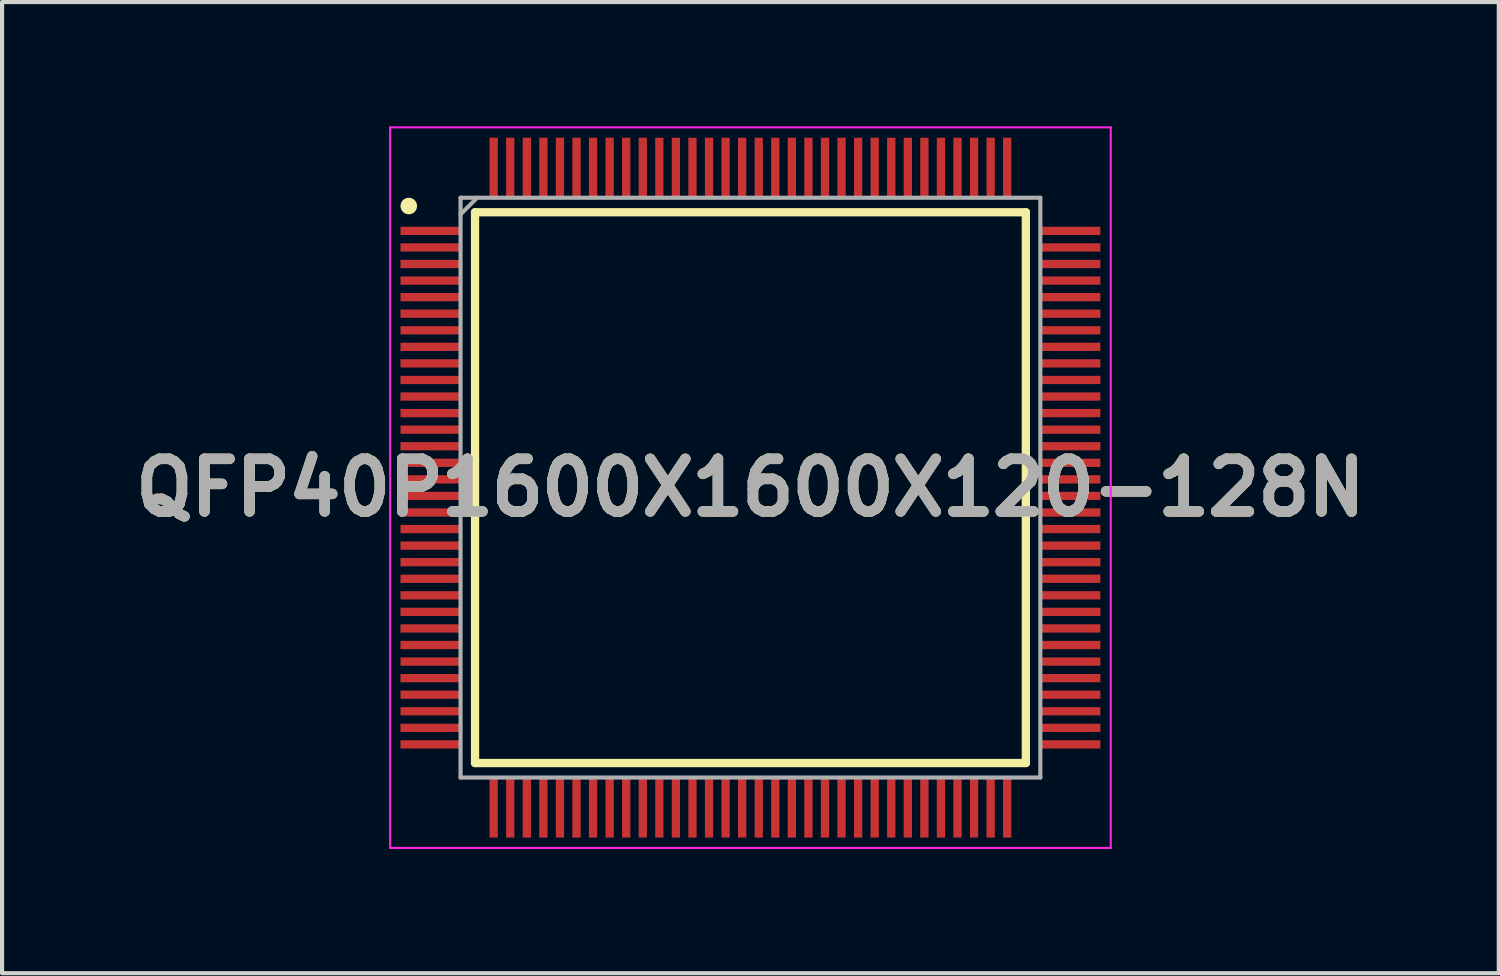
<source format=kicad_pcb>
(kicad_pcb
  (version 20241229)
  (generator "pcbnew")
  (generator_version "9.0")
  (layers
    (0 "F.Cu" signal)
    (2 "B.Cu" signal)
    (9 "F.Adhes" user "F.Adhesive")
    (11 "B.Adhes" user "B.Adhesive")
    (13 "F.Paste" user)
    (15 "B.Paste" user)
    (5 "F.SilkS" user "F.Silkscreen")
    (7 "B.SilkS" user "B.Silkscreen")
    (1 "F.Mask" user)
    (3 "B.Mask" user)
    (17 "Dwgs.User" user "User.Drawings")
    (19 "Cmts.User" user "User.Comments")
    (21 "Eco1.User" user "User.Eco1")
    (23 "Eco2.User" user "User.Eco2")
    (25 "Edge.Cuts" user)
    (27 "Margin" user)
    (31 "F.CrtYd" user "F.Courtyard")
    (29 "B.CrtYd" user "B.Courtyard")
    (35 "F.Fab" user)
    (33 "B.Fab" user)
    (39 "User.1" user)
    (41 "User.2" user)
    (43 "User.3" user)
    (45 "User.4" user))
  (footprint "QFP40P1600X1600X120-128N"
    (layer "F.Cu")
    (at 15.071 8.725)
    (property "Reference" "QFP40P1600X1600X120-128N" (at 0 0 0) (layer "F.SilkS") (effects (font (size 1.27 1.27) (thickness 0.254))))
    (attr smd)
    (fp_line (start -6.65 -6.65) (end 6.65 -6.65) (stroke (width 0.2) (type solid)) (layer "F.SilkS"))
    (fp_line (start -6.65 6.65) (end -6.65 -6.65) (stroke (width 0.2) (type solid)) (layer "F.SilkS"))
    (fp_line (start 6.65 -6.65) (end 6.65 6.65) (stroke (width 0.2) (type solid)) (layer "F.SilkS"))
    (fp_line (start 6.65 6.65) (end -6.65 6.65) (stroke (width 0.2) (type solid)) (layer "F.SilkS"))
    (fp_circle (center -8.25 -6.8) (end -8.25 -6.7) (stroke (width 0.2) (type solid)) (fill no) (layer "F.SilkS"))
    (fp_line (start -8.7 -8.7) (end 8.7 -8.7) (stroke (width 0.05) (type solid)) (layer "F.CrtYd"))
    (fp_line (start -8.7 8.7) (end -8.7 -8.7) (stroke (width 0.05) (type solid)) (layer "F.CrtYd"))
    (fp_line (start 8.7 -8.7) (end 8.7 8.7) (stroke (width 0.05) (type solid)) (layer "F.CrtYd"))
    (fp_line (start 8.7 8.7) (end -8.7 8.7) (stroke (width 0.05) (type solid)) (layer "F.CrtYd"))
    (fp_line (start -7 -7) (end 7 -7) (stroke (width 0.1) (type solid)) (layer "F.Fab"))
    (fp_line (start -7 -6.6) (end -6.6 -7) (stroke (width 0.1) (type solid)) (layer "F.Fab"))
    (fp_line (start -7 7) (end -7 -7) (stroke (width 0.1) (type solid)) (layer "F.Fab"))
    (fp_line (start 7 -7) (end 7 7) (stroke (width 0.1) (type solid)) (layer "F.Fab"))
    (fp_line (start 7 7) (end -7 7) (stroke (width 0.1) (type solid)) (layer "F.Fab"))
    (fp_text user "${REFERENCE}" (at 0 0 0) (layer "F.Fab") (effects (font (size 1.27 1.27) (thickness 0.254))))
    (pad "1" smd rect (at -7.725 -6.2 90) (size 0.2 1.45) (layers "F.Cu" "F.Mask" "F.Paste"))
    (pad "2" smd rect (at -7.725 -5.8 90) (size 0.2 1.45) (layers "F.Cu" "F.Mask" "F.Paste"))
    (pad "3" smd rect (at -7.725 -5.4 90) (size 0.2 1.45) (layers "F.Cu" "F.Mask" "F.Paste"))
    (pad "4" smd rect (at -7.725 -5 90) (size 0.2 1.45) (layers "F.Cu" "F.Mask" "F.Paste"))
    (pad "5" smd rect (at -7.725 -4.6 90) (size 0.2 1.45) (layers "F.Cu" "F.Mask" "F.Paste"))
    (pad "6" smd rect (at -7.725 -4.2 90) (size 0.2 1.45) (layers "F.Cu" "F.Mask" "F.Paste"))
    (pad "7" smd rect (at -7.725 -3.8 90) (size 0.2 1.45) (layers "F.Cu" "F.Mask" "F.Paste"))
    (pad "8" smd rect (at -7.725 -3.4 90) (size 0.2 1.45) (layers "F.Cu" "F.Mask" "F.Paste"))
    (pad "9" smd rect (at -7.725 -3 90) (size 0.2 1.45) (layers "F.Cu" "F.Mask" "F.Paste"))
    (pad "10" smd rect (at -7.725 -2.6 90) (size 0.2 1.45) (layers "F.Cu" "F.Mask" "F.Paste"))
    (pad "11" smd rect (at -7.725 -2.2 90) (size 0.2 1.45) (layers "F.Cu" "F.Mask" "F.Paste"))
    (pad "12" smd rect (at -7.725 -1.8 90) (size 0.2 1.45) (layers "F.Cu" "F.Mask" "F.Paste"))
    (pad "13" smd rect (at -7.725 -1.4 90) (size 0.2 1.45) (layers "F.Cu" "F.Mask" "F.Paste"))
    (pad "14" smd rect (at -7.725 -1 90) (size 0.2 1.45) (layers "F.Cu" "F.Mask" "F.Paste"))
    (pad "15" smd rect (at -7.725 -0.6 90) (size 0.2 1.45) (layers "F.Cu" "F.Mask" "F.Paste"))
    (pad "16" smd rect (at -7.725 -0.2 90) (size 0.2 1.45) (layers "F.Cu" "F.Mask" "F.Paste"))
    (pad "17" smd rect (at -7.725 0.2 90) (size 0.2 1.45) (layers "F.Cu" "F.Mask" "F.Paste"))
    (pad "18" smd rect (at -7.725 0.6 90) (size 0.2 1.45) (layers "F.Cu" "F.Mask" "F.Paste"))
    (pad "19" smd rect (at -7.725 1 90) (size 0.2 1.45) (layers "F.Cu" "F.Mask" "F.Paste"))
    (pad "20" smd rect (at -7.725 1.4 90) (size 0.2 1.45) (layers "F.Cu" "F.Mask" "F.Paste"))
    (pad "21" smd rect (at -7.725 1.8 90) (size 0.2 1.45) (layers "F.Cu" "F.Mask" "F.Paste"))
    (pad "22" smd rect (at -7.725 2.2 90) (size 0.2 1.45) (layers "F.Cu" "F.Mask" "F.Paste"))
    (pad "23" smd rect (at -7.725 2.6 90) (size 0.2 1.45) (layers "F.Cu" "F.Mask" "F.Paste"))
    (pad "24" smd rect (at -7.725 3 90) (size 0.2 1.45) (layers "F.Cu" "F.Mask" "F.Paste"))
    (pad "25" smd rect (at -7.725 3.4 90) (size 0.2 1.45) (layers "F.Cu" "F.Mask" "F.Paste"))
    (pad "26" smd rect (at -7.725 3.8 90) (size 0.2 1.45) (layers "F.Cu" "F.Mask" "F.Paste"))
    (pad "27" smd rect (at -7.725 4.2 90) (size 0.2 1.45) (layers "F.Cu" "F.Mask" "F.Paste"))
    (pad "28" smd rect (at -7.725 4.6 90) (size 0.2 1.45) (layers "F.Cu" "F.Mask" "F.Paste"))
    (pad "29" smd rect (at -7.725 5 90) (size 0.2 1.45) (layers "F.Cu" "F.Mask" "F.Paste"))
    (pad "30" smd rect (at -7.725 5.4 90) (size 0.2 1.45) (layers "F.Cu" "F.Mask" "F.Paste"))
    (pad "31" smd rect (at -7.725 5.8 90) (size 0.2 1.45) (layers "F.Cu" "F.Mask" "F.Paste"))
    (pad "32" smd rect (at -7.725 6.2 90) (size 0.2 1.45) (layers "F.Cu" "F.Mask" "F.Paste"))
    (pad "33" smd rect (at -6.2 7.725) (size 0.2 1.45) (layers "F.Cu" "F.Mask" "F.Paste"))
    (pad "34" smd rect (at -5.8 7.725) (size 0.2 1.45) (layers "F.Cu" "F.Mask" "F.Paste"))
    (pad "35" smd rect (at -5.4 7.725) (size 0.2 1.45) (layers "F.Cu" "F.Mask" "F.Paste"))
    (pad "36" smd rect (at -5 7.725) (size 0.2 1.45) (layers "F.Cu" "F.Mask" "F.Paste"))
    (pad "37" smd rect (at -4.6 7.725) (size 0.2 1.45) (layers "F.Cu" "F.Mask" "F.Paste"))
    (pad "38" smd rect (at -4.2 7.725) (size 0.2 1.45) (layers "F.Cu" "F.Mask" "F.Paste"))
    (pad "39" smd rect (at -3.8 7.725) (size 0.2 1.45) (layers "F.Cu" "F.Mask" "F.Paste"))
    (pad "40" smd rect (at -3.4 7.725) (size 0.2 1.45) (layers "F.Cu" "F.Mask" "F.Paste"))
    (pad "41" smd rect (at -3 7.725) (size 0.2 1.45) (layers "F.Cu" "F.Mask" "F.Paste"))
    (pad "42" smd rect (at -2.6 7.725) (size 0.2 1.45) (layers "F.Cu" "F.Mask" "F.Paste"))
    (pad "43" smd rect (at -2.2 7.725) (size 0.2 1.45) (layers "F.Cu" "F.Mask" "F.Paste"))
    (pad "44" smd rect (at -1.8 7.725) (size 0.2 1.45) (layers "F.Cu" "F.Mask" "F.Paste"))
    (pad "45" smd rect (at -1.4 7.725) (size 0.2 1.45) (layers "F.Cu" "F.Mask" "F.Paste"))
    (pad "46" smd rect (at -1 7.725) (size 0.2 1.45) (layers "F.Cu" "F.Mask" "F.Paste"))
    (pad "47" smd rect (at -0.6 7.725) (size 0.2 1.45) (layers "F.Cu" "F.Mask" "F.Paste"))
    (pad "48" smd rect (at -0.2 7.725) (size 0.2 1.45) (layers "F.Cu" "F.Mask" "F.Paste"))
    (pad "49" smd rect (at 0.2 7.725) (size 0.2 1.45) (layers "F.Cu" "F.Mask" "F.Paste"))
    (pad "50" smd rect (at 0.6 7.725) (size 0.2 1.45) (layers "F.Cu" "F.Mask" "F.Paste"))
    (pad "51" smd rect (at 1 7.725) (size 0.2 1.45) (layers "F.Cu" "F.Mask" "F.Paste"))
    (pad "52" smd rect (at 1.4 7.725) (size 0.2 1.45) (layers "F.Cu" "F.Mask" "F.Paste"))
    (pad "53" smd rect (at 1.8 7.725) (size 0.2 1.45) (layers "F.Cu" "F.Mask" "F.Paste"))
    (pad "54" smd rect (at 2.2 7.725) (size 0.2 1.45) (layers "F.Cu" "F.Mask" "F.Paste"))
    (pad "55" smd rect (at 2.6 7.725) (size 0.2 1.45) (layers "F.Cu" "F.Mask" "F.Paste"))
    (pad "56" smd rect (at 3 7.725) (size 0.2 1.45) (layers "F.Cu" "F.Mask" "F.Paste"))
    (pad "57" smd rect (at 3.4 7.725) (size 0.2 1.45) (layers "F.Cu" "F.Mask" "F.Paste"))
    (pad "58" smd rect (at 3.8 7.725) (size 0.2 1.45) (layers "F.Cu" "F.Mask" "F.Paste"))
    (pad "59" smd rect (at 4.2 7.725) (size 0.2 1.45) (layers "F.Cu" "F.Mask" "F.Paste"))
    (pad "60" smd rect (at 4.6 7.725) (size 0.2 1.45) (layers "F.Cu" "F.Mask" "F.Paste"))
    (pad "61" smd rect (at 5 7.725) (size 0.2 1.45) (layers "F.Cu" "F.Mask" "F.Paste"))
    (pad "62" smd rect (at 5.4 7.725) (size 0.2 1.45) (layers "F.Cu" "F.Mask" "F.Paste"))
    (pad "63" smd rect (at 5.8 7.725) (size 0.2 1.45) (layers "F.Cu" "F.Mask" "F.Paste"))
    (pad "64" smd rect (at 6.2 7.725) (size 0.2 1.45) (layers "F.Cu" "F.Mask" "F.Paste"))
    (pad "65" smd rect (at 7.725 6.2 90) (size 0.2 1.45) (layers "F.Cu" "F.Mask" "F.Paste"))
    (pad "66" smd rect (at 7.725 5.8 90) (size 0.2 1.45) (layers "F.Cu" "F.Mask" "F.Paste"))
    (pad "67" smd rect (at 7.725 5.4 90) (size 0.2 1.45) (layers "F.Cu" "F.Mask" "F.Paste"))
    (pad "68" smd rect (at 7.725 5 90) (size 0.2 1.45) (layers "F.Cu" "F.Mask" "F.Paste"))
    (pad "69" smd rect (at 7.725 4.6 90) (size 0.2 1.45) (layers "F.Cu" "F.Mask" "F.Paste"))
    (pad "70" smd rect (at 7.725 4.2 90) (size 0.2 1.45) (layers "F.Cu" "F.Mask" "F.Paste"))
    (pad "71" smd rect (at 7.725 3.8 90) (size 0.2 1.45) (layers "F.Cu" "F.Mask" "F.Paste"))
    (pad "72" smd rect (at 7.725 3.4 90) (size 0.2 1.45) (layers "F.Cu" "F.Mask" "F.Paste"))
    (pad "73" smd rect (at 7.725 3 90) (size 0.2 1.45) (layers "F.Cu" "F.Mask" "F.Paste"))
    (pad "74" smd rect (at 7.725 2.6 90) (size 0.2 1.45) (layers "F.Cu" "F.Mask" "F.Paste"))
    (pad "75" smd rect (at 7.725 2.2 90) (size 0.2 1.45) (layers "F.Cu" "F.Mask" "F.Paste"))
    (pad "76" smd rect (at 7.725 1.8 90) (size 0.2 1.45) (layers "F.Cu" "F.Mask" "F.Paste"))
    (pad "77" smd rect (at 7.725 1.4 90) (size 0.2 1.45) (layers "F.Cu" "F.Mask" "F.Paste"))
    (pad "78" smd rect (at 7.725 1 90) (size 0.2 1.45) (layers "F.Cu" "F.Mask" "F.Paste"))
    (pad "79" smd rect (at 7.725 0.6 90) (size 0.2 1.45) (layers "F.Cu" "F.Mask" "F.Paste"))
    (pad "80" smd rect (at 7.725 0.2 90) (size 0.2 1.45) (layers "F.Cu" "F.Mask" "F.Paste"))
    (pad "81" smd rect (at 7.725 -0.2 90) (size 0.2 1.45) (layers "F.Cu" "F.Mask" "F.Paste"))
    (pad "82" smd rect (at 7.725 -0.6 90) (size 0.2 1.45) (layers "F.Cu" "F.Mask" "F.Paste"))
    (pad "83" smd rect (at 7.725 -1 90) (size 0.2 1.45) (layers "F.Cu" "F.Mask" "F.Paste"))
    (pad "84" smd rect (at 7.725 -1.4 90) (size 0.2 1.45) (layers "F.Cu" "F.Mask" "F.Paste"))
    (pad "85" smd rect (at 7.725 -1.8 90) (size 0.2 1.45) (layers "F.Cu" "F.Mask" "F.Paste"))
    (pad "86" smd rect (at 7.725 -2.2 90) (size 0.2 1.45) (layers "F.Cu" "F.Mask" "F.Paste"))
    (pad "87" smd rect (at 7.725 -2.6 90) (size 0.2 1.45) (layers "F.Cu" "F.Mask" "F.Paste"))
    (pad "88" smd rect (at 7.725 -3 90) (size 0.2 1.45) (layers "F.Cu" "F.Mask" "F.Paste"))
    (pad "89" smd rect (at 7.725 -3.4 90) (size 0.2 1.45) (layers "F.Cu" "F.Mask" "F.Paste"))
    (pad "90" smd rect (at 7.725 -3.8 90) (size 0.2 1.45) (layers "F.Cu" "F.Mask" "F.Paste"))
    (pad "91" smd rect (at 7.725 -4.2 90) (size 0.2 1.45) (layers "F.Cu" "F.Mask" "F.Paste"))
    (pad "92" smd rect (at 7.725 -4.6 90) (size 0.2 1.45) (layers "F.Cu" "F.Mask" "F.Paste"))
    (pad "93" smd rect (at 7.725 -5 90) (size 0.2 1.45) (layers "F.Cu" "F.Mask" "F.Paste"))
    (pad "94" smd rect (at 7.725 -5.4 90) (size 0.2 1.45) (layers "F.Cu" "F.Mask" "F.Paste"))
    (pad "95" smd rect (at 7.725 -5.8 90) (size 0.2 1.45) (layers "F.Cu" "F.Mask" "F.Paste"))
    (pad "96" smd rect (at 7.725 -6.2 90) (size 0.2 1.45) (layers "F.Cu" "F.Mask" "F.Paste"))
    (pad "97" smd rect (at 6.2 -7.725) (size 0.2 1.45) (layers "F.Cu" "F.Mask" "F.Paste"))
    (pad "98" smd rect (at 5.8 -7.725) (size 0.2 1.45) (layers "F.Cu" "F.Mask" "F.Paste"))
    (pad "99" smd rect (at 5.4 -7.725) (size 0.2 1.45) (layers "F.Cu" "F.Mask" "F.Paste"))
    (pad "100" smd rect (at 5 -7.725) (size 0.2 1.45) (layers "F.Cu" "F.Mask" "F.Paste"))
    (pad "101" smd rect (at 4.6 -7.725) (size 0.2 1.45) (layers "F.Cu" "F.Mask" "F.Paste"))
    (pad "102" smd rect (at 4.2 -7.725) (size 0.2 1.45) (layers "F.Cu" "F.Mask" "F.Paste"))
    (pad "103" smd rect (at 3.8 -7.725) (size 0.2 1.45) (layers "F.Cu" "F.Mask" "F.Paste"))
    (pad "104" smd rect (at 3.4 -7.725) (size 0.2 1.45) (layers "F.Cu" "F.Mask" "F.Paste"))
    (pad "105" smd rect (at 3 -7.725) (size 0.2 1.45) (layers "F.Cu" "F.Mask" "F.Paste"))
    (pad "106" smd rect (at 2.6 -7.725) (size 0.2 1.45) (layers "F.Cu" "F.Mask" "F.Paste"))
    (pad "107" smd rect (at 2.2 -7.725) (size 0.2 1.45) (layers "F.Cu" "F.Mask" "F.Paste"))
    (pad "108" smd rect (at 1.8 -7.725) (size 0.2 1.45) (layers "F.Cu" "F.Mask" "F.Paste"))
    (pad "109" smd rect (at 1.4 -7.725) (size 0.2 1.45) (layers "F.Cu" "F.Mask" "F.Paste"))
    (pad "110" smd rect (at 1 -7.725) (size 0.2 1.45) (layers "F.Cu" "F.Mask" "F.Paste"))
    (pad "111" smd rect (at 0.6 -7.725) (size 0.2 1.45) (layers "F.Cu" "F.Mask" "F.Paste"))
    (pad "112" smd rect (at 0.2 -7.725) (size 0.2 1.45) (layers "F.Cu" "F.Mask" "F.Paste"))
    (pad "113" smd rect (at -0.2 -7.725) (size 0.2 1.45) (layers "F.Cu" "F.Mask" "F.Paste"))
    (pad "114" smd rect (at -0.6 -7.725) (size 0.2 1.45) (layers "F.Cu" "F.Mask" "F.Paste"))
    (pad "115" smd rect (at -1 -7.725) (size 0.2 1.45) (layers "F.Cu" "F.Mask" "F.Paste"))
    (pad "116" smd rect (at -1.4 -7.725) (size 0.2 1.45) (layers "F.Cu" "F.Mask" "F.Paste"))
    (pad "117" smd rect (at -1.8 -7.725) (size 0.2 1.45) (layers "F.Cu" "F.Mask" "F.Paste"))
    (pad "118" smd rect (at -2.2 -7.725) (size 0.2 1.45) (layers "F.Cu" "F.Mask" "F.Paste"))
    (pad "119" smd rect (at -2.6 -7.725) (size 0.2 1.45) (layers "F.Cu" "F.Mask" "F.Paste"))
    (pad "120" smd rect (at -3 -7.725) (size 0.2 1.45) (layers "F.Cu" "F.Mask" "F.Paste"))
    (pad "121" smd rect (at -3.4 -7.725) (size 0.2 1.45) (layers "F.Cu" "F.Mask" "F.Paste"))
    (pad "122" smd rect (at -3.8 -7.725) (size 0.2 1.45) (layers "F.Cu" "F.Mask" "F.Paste"))
    (pad "123" smd rect (at -4.2 -7.725) (size 0.2 1.45) (layers "F.Cu" "F.Mask" "F.Paste"))
    (pad "124" smd rect (at -4.6 -7.725) (size 0.2 1.45) (layers "F.Cu" "F.Mask" "F.Paste"))
    (pad "125" smd rect (at -5 -7.725) (size 0.2 1.45) (layers "F.Cu" "F.Mask" "F.Paste"))
    (pad "126" smd rect (at -5.4 -7.725) (size 0.2 1.45) (layers "F.Cu" "F.Mask" "F.Paste"))
    (pad "127" smd rect (at -5.8 -7.725) (size 0.2 1.45) (layers "F.Cu" "F.Mask" "F.Paste"))
    (pad "128" smd rect (at -6.2 -7.725) (size 0.2 1.45) (layers "F.Cu" "F.Mask" "F.Paste")))
  (gr_rect
    (start -3 -3)
    (end 33.141 20.45)
    (stroke (width 0.1) (type default))
    (fill no)
    (layer "Edge.Cuts")))
</source>
